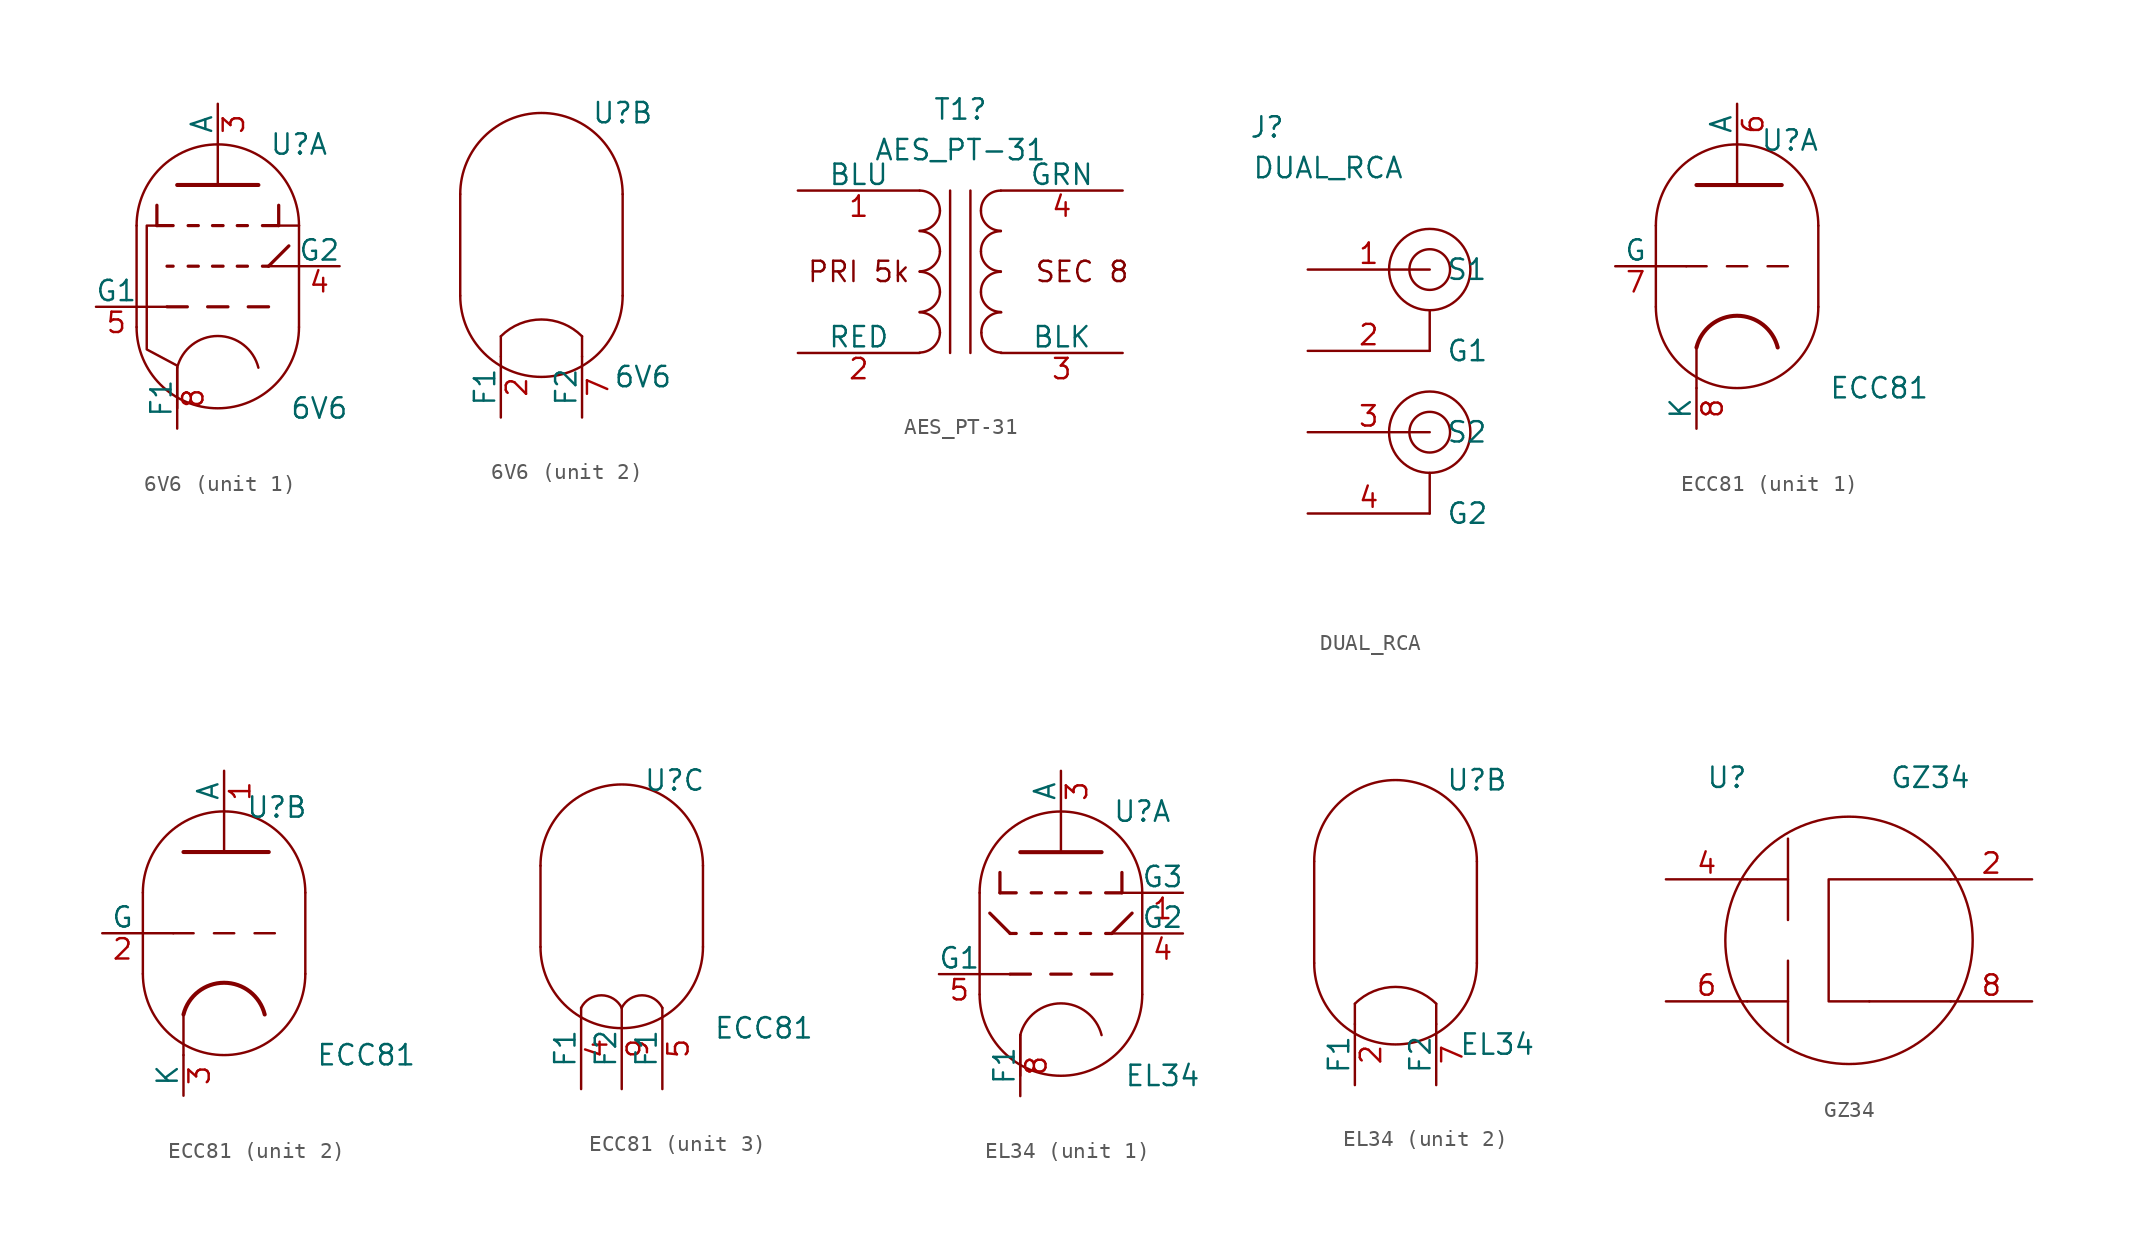
<source format=kicad_sym>
(kicad_symbol_lib
  (version 20220914)
  (generator kicad_symbol_editor)
  (symbol "6V6"
    (pin_names
      (offset 0))
    (property "Reference" "U"
      (at 5.08 8.89 0)
      (effects (font (size 1.27 1.27))))
    (property "Value" "6V6"
      (at 6.35 -7.62 0)
      (effects (font (size 1.27 1.27))))
    (property "ki_locked" ""
      (at 0 0 0)
      (effects (font (size 1.27 1.27))))
    (symbol "6V6_0_1"
      (arc (start -5.08 -2.54) (mid 0 -7.5979) (end 5.08 -2.54) (stroke (width 0) (type solid)) (fill (type none)))
      (polyline (pts (xy -5.08 3.81) (xy -5.08 -2.54) (xy -5.08 -2.54)) (stroke (width 0) (type solid)) (fill (type none)))
      (polyline (pts (xy 5.08 3.81) (xy 5.08 -2.54) (xy 5.08 -2.54)) (stroke (width 0) (type solid)) (fill (type none)))
      (arc (start 5.08 3.81) (mid 0 8.8679) (end -5.08 3.81) (stroke (width 0) (type solid)) (fill (type none))))
    (symbol "6V6_1_0"
      (polyline (pts (xy -2.54 -5.08) (xy -2.54 -7.62)) (stroke (width 0) (type solid)) (fill (type none))))
    (symbol "6V6_1_1"
      (polyline (pts (xy -5.08 -1.27) (xy -3.175 -1.27)) (stroke (width 0) (type solid)) (fill (type none)))
      (polyline (pts (xy -3.81 3.81) (xy -2.794 3.81)) (stroke (width 0.203) (type solid)) (fill (type none)))
      (polyline (pts (xy -3.81 5.08) (xy -3.81 3.81)) (stroke (width 0.203) (type solid)) (fill (type none)))
      (polyline (pts (xy -3.175 1.27) (xy -2.794 1.27)) (stroke (width 0.203) (type solid)) (fill (type none)))
      (polyline (pts (xy -1.905 -1.27) (xy -3.175 -1.27)) (stroke (width 0.203) (type solid)) (fill (type none)))
      (polyline (pts (xy -1.854 1.27) (xy -1.219 1.27)) (stroke (width 0.203) (type solid)) (fill (type none)))
      (polyline (pts (xy -1.854 3.81) (xy -1.219 3.81)) (stroke (width 0.203) (type solid)) (fill (type none)))
      (polyline (pts (xy -0.635 -1.27) (xy 0.635 -1.27)) (stroke (width 0.203) (type solid)) (fill (type none)))
      (polyline (pts (xy -0.33 1.27) (xy 0.33 1.27)) (stroke (width 0.203) (type solid)) (fill (type none)))
      (polyline (pts (xy -0.33 3.81) (xy 0.33 3.81)) (stroke (width 0.203) (type solid)) (fill (type none)))
      (polyline (pts (xy 0 6.35) (xy 0 8.89)) (stroke (width 0) (type solid)) (fill (type none)))
      (polyline (pts (xy 1.219 1.27) (xy 1.854 1.27)) (stroke (width 0.203) (type solid)) (fill (type none)))
      (polyline (pts (xy 1.219 3.81) (xy 1.854 3.81)) (stroke (width 0.203) (type solid)) (fill (type none)))
      (polyline (pts (xy 1.905 -1.27) (xy 3.175 -1.27)) (stroke (width 0.203) (type solid)) (fill (type none)))
      (polyline (pts (xy 2.794 1.27) (xy 3.175 1.27)) (stroke (width 0.203) (type solid)) (fill (type none)))
      (polyline (pts (xy 3.175 1.27) (xy 5.08 1.27)) (stroke (width 0) (type solid)) (fill (type none)))
      (polyline (pts (xy 3.81 3.81) (xy 2.794 3.81)) (stroke (width 0.203) (type solid)) (fill (type none)))
      (polyline (pts (xy 3.81 5.08) (xy 3.81 3.81)) (stroke (width 0.203) (type solid)) (fill (type none)))
      (polyline (pts (xy 3.886 3.81) (xy 5.08 3.81)) (stroke (width 0) (type solid)) (fill (type none)))
      (polyline (pts (xy 4.445 2.54) (xy 3.175 1.27)) (stroke (width 0.203) (type solid)) (fill (type none)))
      (polyline (pts (xy -3.683 3.81) (xy -4.445 3.81) (xy -4.445 -3.937) (xy -2.54 -4.953)) (stroke (width 0) (type solid)) (fill (type none)))
      (polyline (pts (xy -2.54 6.35) (xy 2.54 6.35) (xy 2.54 6.35) (xy 2.54 6.35)) (stroke (width 0.254) (type solid)) (fill (type none)))
      (arc (start 2.54 -5.08) (mid 0 -3.0968) (end -2.54 -5.08) (stroke (width 0) (type solid)) (fill (type none)))
      (pin output line (at 0 11.43 270) (length 2.54) (name "A" (effects (font (size 1.27 1.27)))) (number "3" (effects (font (size 1.27 1.27)))))
      (pin input line (at 7.62 1.27 180) (length 2.54) (name "G2" (effects (font (size 1.27 1.27)))) (number "4" (effects (font (size 1.27 1.27)))))
      (pin input line (at -7.62 -1.27 0) (length 2.54) (name "G1" (effects (font (size 1.27 1.27)))) (number "5" (effects (font (size 1.27 1.27)))))
      (pin power_in line (at -2.54 -8.89 90) (length 3.81) (name "F1" (effects (font (size 1.27 1.27)))) (number "8" (effects (font (size 1.27 1.27))))))
    (symbol "6V6_2_1"
      (polyline (pts (xy -2.54 -6.35) (xy -2.54 -5.08) (xy -2.54 -5.08)) (stroke (width 0) (type solid)) (fill (type none)))
      (polyline (pts (xy 2.54 -6.35) (xy 2.54 -5.08) (xy 2.54 -5.08)) (stroke (width 0) (type solid)) (fill (type none)))
      (arc (start 2.54 -5.08) (mid 0 -4.0279) (end -2.54 -5.08) (stroke (width 0) (type solid)) (fill (type none)))
      (pin power_in line (at -2.54 -10.16 90) (length 3.81) (name "F1" (effects (font (size 1.27 1.27)))) (number "2" (effects (font (size 1.27 1.27)))))
      (pin power_in line (at 2.54 -10.16 90) (length 3.81) (name "F2" (effects (font (size 1.27 1.27)))) (number "7" (effects (font (size 1.27 1.27)))))))
  (symbol "AES_PT-31"
    (pin_names
      (offset 0))
    (property "Reference" "T1"
      (at 0.013 10.16 0)
      (effects (font (size 1.27 1.27))))
    (property "Value" "AES_PT-31"
      (at 0.013 7.62 0)
      (effects (font (size 1.27 1.27))))
    (symbol "AES_PT-31_0_1"
      (arc (start -2.54 -5.0546) (mid -1.6599 -4.6901) (end -1.27 -3.81) (stroke (width 0) (type default)) (fill (type none)))
      (arc (start -2.54 -2.5146) (mid -1.6599 -2.1501) (end -1.27 -1.27) (stroke (width 0) (type default)) (fill (type none)))
      (arc (start -2.54 0.0254) (mid -1.6599 0.3899) (end -1.27 1.27) (stroke (width 0) (type default)) (fill (type none)))
      (arc (start -2.54 2.5654) (mid -1.6599 2.9299) (end -1.27 3.81) (stroke (width 0) (type default)) (fill (type none)))
      (arc (start -1.27 -3.81) (mid -1.642 -2.912) (end -2.54 -2.54) (stroke (width 0) (type default)) (fill (type none)))
      (arc (start -1.27 -1.27) (mid -1.642 -0.372) (end -2.54 0) (stroke (width 0) (type default)) (fill (type none)))
      (arc (start -1.27 1.27) (mid -1.642 2.168) (end -2.54 2.54) (stroke (width 0) (type default)) (fill (type none)))
      (arc (start -1.27 3.81) (mid -1.642 4.708) (end -2.54 5.08) (stroke (width 0) (type default)) (fill (type none)))
      (polyline (pts (xy -0.635 5.08) (xy -0.635 -5.08)) (stroke (width 0) (type default)) (fill (type none)))
      (polyline (pts (xy 0.635 -5.08) (xy 0.635 5.08)) (stroke (width 0) (type default)) (fill (type none)))
      (arc (start 1.2954 -1.27) (mid 1.6599 -2.1501) (end 2.54 -2.5146) (stroke (width 0) (type default)) (fill (type none)))
      (arc (start 1.2954 1.27) (mid 1.6599 0.3899) (end 2.54 0.0254) (stroke (width 0) (type default)) (fill (type none)))
      (arc (start 1.2954 3.81) (mid 1.6599 2.9299) (end 2.54 2.5654) (stroke (width 0) (type default)) (fill (type none)))
      (arc (start 1.3208 -3.81) (mid 1.6853 -4.6901) (end 2.5654 -5.0546) (stroke (width 0) (type default)) (fill (type none)))
      (arc (start 2.54 0) (mid 1.642 -0.372) (end 1.2954 -1.27) (stroke (width 0) (type default)) (fill (type none)))
      (arc (start 2.54 2.54) (mid 1.642 2.168) (end 1.2954 1.27) (stroke (width 0) (type default)) (fill (type none)))
      (arc (start 2.54 5.08) (mid 1.642 4.708) (end 1.2954 3.81) (stroke (width 0) (type default)) (fill (type none)))
      (arc (start 2.5654 -2.54) (mid 1.6674 -2.912) (end 1.3208 -3.81) (stroke (width 0) (type default)) (fill (type none))))
    (symbol "AES_PT-31_1_1"
      (text "PRI 5k" (at -6.35 0 0) (effects (font (size 1.27 1.27))))
      (text "SEC 8" (at 7.62 0 0) (effects (font (size 1.27 1.27))))
      (pin passive line (at -10.16 5.08 0) (length 7.62) (name "BLU" (effects (font (size 1.27 1.27)))) (number "1" (effects (font (size 1.27 1.27)))))
      (pin passive line (at -10.16 -5.08 0) (length 7.62) (name "RED" (effects (font (size 1.27 1.27)))) (number "2" (effects (font (size 1.27 1.27)))))
      (pin passive line (at 10.16 -5.08 180) (length 7.62) (name "BLK" (effects (font (size 1.27 1.27)))) (number "3" (effects (font (size 1.27 1.27)))))
      (pin passive line (at 10.16 5.08 180) (length 7.62) (name "GRN" (effects (font (size 1.27 1.27)))) (number "4" (effects (font (size 1.27 1.27)))))))
  (symbol "DUAL_RCA"
    (pin_names
      (offset 1.016))
    (property "Reference" "J"
      (at -2.54 8.89 0)
      (effects (font (size 1.27 1.27))))
    (property "Value" "DUAL_RCA"
      (at 1.27 6.35 0)
      (effects (font (size 1.27 1.27))))
    (symbol "DUAL_RCA_0_1"
      (polyline (pts (xy 7.62 -12.7) (xy 7.62 -15.24)) (stroke (width 0) (type solid)) (fill (type none)))
      (polyline (pts (xy 7.62 -2.54) (xy 7.62 -5.08)) (stroke (width 0) (type solid)) (fill (type none)))
      (circle (center 7.62 -10.16) (radius 1.27) (stroke (width 0) (type solid)) (fill (type none)))
      (circle (center 7.62 -10.16) (radius 2.54) (stroke (width 0) (type solid)) (fill (type none)))
      (circle (center 7.62 0) (radius 1.27) (stroke (width 0) (type solid)) (fill (type none)))
      (circle (center 7.62 0) (radius 2.54) (stroke (width 0) (type solid)) (fill (type none))))
    (symbol "DUAL_RCA_1_1"
      (pin passive line (at 0 0 0) (length 7.62) (name "S1" (effects (font (size 1.27 1.27)))) (number "1" (effects (font (size 1.27 1.27)))))
      (pin passive line (at 0 -5.08 0) (length 7.62) (name "G1" (effects (font (size 1.27 1.27)))) (number "2" (effects (font (size 1.27 1.27)))))
      (pin passive line (at 0 -10.16 0) (length 7.62) (name "S2" (effects (font (size 1.27 1.27)))) (number "3" (effects (font (size 1.27 1.27)))))
      (pin passive line (at 0 -15.24 0) (length 7.62) (name "G2" (effects (font (size 1.27 1.27)))) (number "4" (effects (font (size 1.27 1.27)))))
      (pin passive line (at 5.08 -19.05 90) (length 2.54) hide (name "G1" (effects (font (size 1.27 1.27)))) (number "5" (effects (font (size 1.27 1.27)))))
      (pin passive line (at 8.89 -19.05 90) (length 2.54) hide (name "G2" (effects (font (size 1.27 1.27)))) (number "6" (effects (font (size 1.27 1.27)))))))
  (symbol "ECC81"
    (pin_names
      (offset 0))
    (property "Reference" "U"
      (at 3.302 7.874 0)
      (effects (font (size 1.27 1.27))))
    (property "Value" "ECC81"
      (at 8.89 -7.62 0)
      (effects (font (size 1.27 1.27))))
    (property "ki_locked" ""
      (at 0 0 0)
      (effects (font (size 1.27 1.27))))
    (symbol "ECC81_0_1"
      (arc (start -5.08 -2.54) (mid 0 -7.5979) (end 5.08 -2.54) (stroke (width 0) (type solid)) (fill (type none)))
      (polyline (pts (xy 5.08 2.54) (xy 5.08 -2.54)) (stroke (width 0) (type solid)) (fill (type none)))
      (polyline (pts (xy -5.08 2.54) (xy -5.08 -2.54) (xy -5.08 -2.54)) (stroke (width 0) (type solid)) (fill (type none)))
      (arc (start 5.08 2.54) (mid 0 7.5979) (end -5.08 2.54) (stroke (width 0) (type solid)) (fill (type none))))
    (symbol "ECC81_1_0"
      (polyline (pts (xy -2.54 -5.08) (xy -2.54 -7.62)) (stroke (width 0) (type solid)) (fill (type none)))
      (polyline (pts (xy 0 5.08) (xy 0 7.62)) (stroke (width 0) (type solid)) (fill (type none))))
    (symbol "ECC81_1_1"
      (polyline (pts (xy -5.08 0) (xy -3.175 0)) (stroke (width 0) (type solid)) (fill (type none)))
      (polyline (pts (xy -1.905 0) (xy -3.175 0)) (stroke (width 0.152) (type solid)) (fill (type none)))
      (polyline (pts (xy -0.635 0) (xy 0.635 0)) (stroke (width 0.152) (type solid)) (fill (type none)))
      (polyline (pts (xy 1.905 0) (xy 3.175 0)) (stroke (width 0.152) (type solid)) (fill (type none)))
      (polyline (pts (xy -2.54 5.08) (xy 2.794 5.08) (xy 2.794 5.08)) (stroke (width 0.254) (type solid)) (fill (type none)))
      (arc (start 2.54 -5.08) (mid 0 -3.0968) (end -2.54 -5.08) (stroke (width 0.254) (type solid)) (fill (type none)))
      (pin output line (at 0 10.16 270) (length 2.54) (name "A" (effects (font (size 1.27 1.27)))) (number "6" (effects (font (size 1.27 1.27)))))
      (pin input line (at -7.62 0 0) (length 2.54) (name "G" (effects (font (size 1.27 1.27)))) (number "7" (effects (font (size 1.27 1.27)))))
      (pin bidirectional line (at -2.54 -10.16 90) (length 2.54) (name "K" (effects (font (size 1.27 1.27)))) (number "8" (effects (font (size 1.27 1.27))))))
    (symbol "ECC81_2_0"
      (polyline (pts (xy -2.54 -5.08) (xy -2.54 -7.62)) (stroke (width 0) (type solid)) (fill (type none)))
      (polyline (pts (xy 0 5.08) (xy 0 7.62)) (stroke (width 0) (type solid)) (fill (type none))))
    (symbol "ECC81_2_1"
      (polyline (pts (xy -5.08 0) (xy -3.175 0)) (stroke (width 0) (type solid)) (fill (type none)))
      (polyline (pts (xy -1.905 0) (xy -3.175 0)) (stroke (width 0.152) (type solid)) (fill (type none)))
      (polyline (pts (xy -0.635 0) (xy 0.635 0)) (stroke (width 0.152) (type solid)) (fill (type none)))
      (polyline (pts (xy 1.905 0) (xy 3.175 0)) (stroke (width 0.152) (type solid)) (fill (type none)))
      (polyline (pts (xy -2.54 5.08) (xy 2.794 5.08) (xy 2.794 5.08)) (stroke (width 0.254) (type solid)) (fill (type none)))
      (arc (start 2.54 -5.08) (mid 0 -3.0968) (end -2.54 -5.08) (stroke (width 0.254) (type solid)) (fill (type none)))
      (pin output line (at 0 10.16 270) (length 2.54) (name "A" (effects (font (size 1.27 1.27)))) (number "1" (effects (font (size 1.27 1.27)))))
      (pin input line (at -7.62 0 0) (length 2.54) (name "G" (effects (font (size 1.27 1.27)))) (number "2" (effects (font (size 1.27 1.27)))))
      (pin bidirectional line (at -2.54 -10.16 90) (length 2.54) (name "K" (effects (font (size 1.27 1.27)))) (number "3" (effects (font (size 1.27 1.27))))))
    (symbol "ECC81_3_1"
      (arc (start 0 -6.35) (mid -1.27 -5.5651) (end -2.54 -6.35) (stroke (width 0) (type solid)) (fill (type none)))
      (arc (start 2.54 -6.35) (mid 1.27 -5.5651) (end 0 -6.35) (stroke (width 0) (type solid)) (fill (type none)))
      (pin power_in line (at -2.54 -11.43 90) (length 5.08) (name "F1" (effects (font (size 1.27 1.27)))) (number "4" (effects (font (size 1.27 1.27)))))
      (pin power_in line (at 2.54 -11.43 90) (length 5.08) (name "F1" (effects (font (size 1.27 1.27)))) (number "5" (effects (font (size 1.27 1.27)))))
      (pin power_in line (at 0 -11.43 90) (length 5.08) (name "F2" (effects (font (size 1.27 1.27)))) (number "9" (effects (font (size 1.27 1.27)))))))
  (symbol "EL34"
    (pin_names
      (offset 0))
    (property "Reference" "U"
      (at 5.08 8.89 0)
      (effects (font (size 1.27 1.27))))
    (property "Value" "EL34"
      (at 6.35 -7.62 0)
      (effects (font (size 1.27 1.27))))
    (property "ki_locked" ""
      (at 0 0 0)
      (effects (font (size 1.27 1.27))))
    (symbol "EL34_0_1"
      (arc (start -5.08 -2.54) (mid 0 -7.5979) (end 5.08 -2.54) (stroke (width 0) (type solid)) (fill (type none)))
      (polyline (pts (xy -5.08 3.81) (xy -5.08 -2.54) (xy -5.08 -2.54)) (stroke (width 0) (type solid)) (fill (type none)))
      (polyline (pts (xy 5.08 3.81) (xy 5.08 -2.54) (xy 5.08 -2.54)) (stroke (width 0) (type solid)) (fill (type none)))
      (arc (start 5.08 3.81) (mid 0 8.8679) (end -5.08 3.81) (stroke (width 0) (type solid)) (fill (type none))))
    (symbol "EL34_1_0"
      (polyline (pts (xy -2.54 -5.08) (xy -2.54 -7.62)) (stroke (width 0) (type solid)) (fill (type none))))
    (symbol "EL34_1_1"
      (polyline (pts (xy -5.08 -1.27) (xy -3.175 -1.27)) (stroke (width 0) (type solid)) (fill (type none)))
      (polyline (pts (xy -4.445 2.54) (xy -3.175 1.27)) (stroke (width 0.203) (type solid)) (fill (type none)))
      (polyline (pts (xy -3.81 3.81) (xy -2.794 3.81)) (stroke (width 0.203) (type solid)) (fill (type none)))
      (polyline (pts (xy -3.81 5.08) (xy -3.81 3.81)) (stroke (width 0.203) (type solid)) (fill (type none)))
      (polyline (pts (xy -3.175 1.27) (xy -2.794 1.27)) (stroke (width 0.203) (type solid)) (fill (type none)))
      (polyline (pts (xy -1.905 -1.27) (xy -3.175 -1.27)) (stroke (width 0.203) (type solid)) (fill (type none)))
      (polyline (pts (xy -1.854 1.27) (xy -1.219 1.27)) (stroke (width 0.203) (type solid)) (fill (type none)))
      (polyline (pts (xy -1.854 3.81) (xy -1.219 3.81)) (stroke (width 0.203) (type solid)) (fill (type none)))
      (polyline (pts (xy -0.635 -1.27) (xy 0.635 -1.27)) (stroke (width 0.203) (type solid)) (fill (type none)))
      (polyline (pts (xy -0.33 1.27) (xy 0.33 1.27)) (stroke (width 0.203) (type solid)) (fill (type none)))
      (polyline (pts (xy -0.33 3.81) (xy 0.33 3.81)) (stroke (width 0.203) (type solid)) (fill (type none)))
      (polyline (pts (xy 0 6.35) (xy 0 8.89)) (stroke (width 0) (type solid)) (fill (type none)))
      (polyline (pts (xy 1.219 1.27) (xy 1.854 1.27)) (stroke (width 0.203) (type solid)) (fill (type none)))
      (polyline (pts (xy 1.219 3.81) (xy 1.854 3.81)) (stroke (width 0.203) (type solid)) (fill (type none)))
      (polyline (pts (xy 1.905 -1.27) (xy 3.175 -1.27)) (stroke (width 0.203) (type solid)) (fill (type none)))
      (polyline (pts (xy 2.794 1.27) (xy 3.175 1.27)) (stroke (width 0.203) (type solid)) (fill (type none)))
      (polyline (pts (xy 3.175 1.27) (xy 5.08 1.27)) (stroke (width 0) (type solid)) (fill (type none)))
      (polyline (pts (xy 3.81 3.81) (xy 2.794 3.81)) (stroke (width 0.203) (type solid)) (fill (type none)))
      (polyline (pts (xy 3.81 5.08) (xy 3.81 3.81)) (stroke (width 0.203) (type solid)) (fill (type none)))
      (polyline (pts (xy 3.886 3.81) (xy 5.08 3.81)) (stroke (width 0) (type solid)) (fill (type none)))
      (polyline (pts (xy 4.445 2.54) (xy 3.175 1.27)) (stroke (width 0.203) (type solid)) (fill (type none)))
      (polyline (pts (xy -2.54 6.35) (xy 2.54 6.35) (xy 2.54 6.35) (xy 2.54 6.35)) (stroke (width 0.254) (type solid)) (fill (type none)))
      (arc (start 2.54 -5.08) (mid 0 -3.0968) (end -2.54 -5.08) (stroke (width 0) (type solid)) (fill (type none)))
      (pin input line (at 7.62 3.81 180) (length 2.54) (name "G3" (effects (font (size 1.27 1.27)))) (number "1" (effects (font (size 1.27 1.27)))))
      (pin output line (at 0 11.43 270) (length 2.54) (name "A" (effects (font (size 1.27 1.27)))) (number "3" (effects (font (size 1.27 1.27)))))
      (pin input line (at 7.62 1.27 180) (length 2.54) (name "G2" (effects (font (size 1.27 1.27)))) (number "4" (effects (font (size 1.27 1.27)))))
      (pin input line (at -7.62 -1.27 0) (length 2.54) (name "G1" (effects (font (size 1.27 1.27)))) (number "5" (effects (font (size 1.27 1.27)))))
      (pin power_in line (at -2.54 -8.89 90) (length 3.81) (name "F1" (effects (font (size 1.27 1.27)))) (number "8" (effects (font (size 1.27 1.27))))))
    (symbol "EL34_2_1"
      (polyline (pts (xy -2.54 -6.35) (xy -2.54 -5.08) (xy -2.54 -5.08)) (stroke (width 0) (type solid)) (fill (type none)))
      (polyline (pts (xy 2.54 -6.35) (xy 2.54 -5.08) (xy 2.54 -5.08)) (stroke (width 0) (type solid)) (fill (type none)))
      (arc (start 2.54 -5.08) (mid 0 -4.0279) (end -2.54 -5.08) (stroke (width 0) (type solid)) (fill (type none)))
      (pin power_in line (at -2.54 -10.16 90) (length 3.81) (name "F1" (effects (font (size 1.27 1.27)))) (number "2" (effects (font (size 1.27 1.27)))))
      (pin power_in line (at 2.54 -10.16 90) (length 3.81) (name "F2" (effects (font (size 1.27 1.27)))) (number "7" (effects (font (size 1.27 1.27)))))))
  (symbol "GZ34"
    (pin_names
      (offset 1.016) hide)
    (property "Reference" "U"
      (at 6.35 6.35 0)
      (effects (font (size 1.27 1.27))))
    (property "Value" "GZ34"
      (at 19.05 6.35 0)
      (effects (font (size 1.27 1.27))))
    (symbol "GZ34_0_1"
      (polyline (pts (xy 7.62 -7.62) (xy 10.16 -7.62)) (stroke (width 0) (type solid)) (fill (type none)))
      (polyline (pts (xy 7.62 0) (xy 10.16 0)) (stroke (width 0) (type solid)) (fill (type none)))
      (polyline (pts (xy 20.32 -7.62) (xy 15.24 -7.62)) (stroke (width 0) (type solid)) (fill (type none))))
    (symbol "GZ34_1_1"
      (polyline (pts (xy 10.16 -10.16) (xy 10.16 -5.08)) (stroke (width 0) (type solid)) (fill (type none)))
      (polyline (pts (xy 10.16 2.54) (xy 10.16 -2.54)) (stroke (width 0) (type solid)) (fill (type none)))
      (polyline (pts (xy 20.32 0) (xy 12.7 0) (xy 12.7 -7.62) (xy 15.24 -7.62)) (stroke (width 0) (type solid)) (fill (type none)))
      (circle (center 13.97 -3.81) (radius 7.722) (stroke (width 0) (type solid)) (fill (type none)))
      (pin passive line (at 25.4 0 180) (length 5.08) (name "K" (effects (font (size 1.27 1.27)))) (number "2" (effects (font (size 1.27 1.27)))))
      (pin passive line (at 2.54 0 0) (length 5.08) (name "A1" (effects (font (size 1.27 1.27)))) (number "4" (effects (font (size 1.27 1.27)))))
      (pin passive line (at 2.54 -7.62 0) (length 5.08) (name "A2" (effects (font (size 1.27 1.27)))) (number "6" (effects (font (size 1.27 1.27)))))
      (pin passive line (at 25.4 -7.62 180) (length 5.08) (name "F2" (effects (font (size 1.27 1.27)))) (number "8" (effects (font (size 1.27 1.27))))))))
</source>
